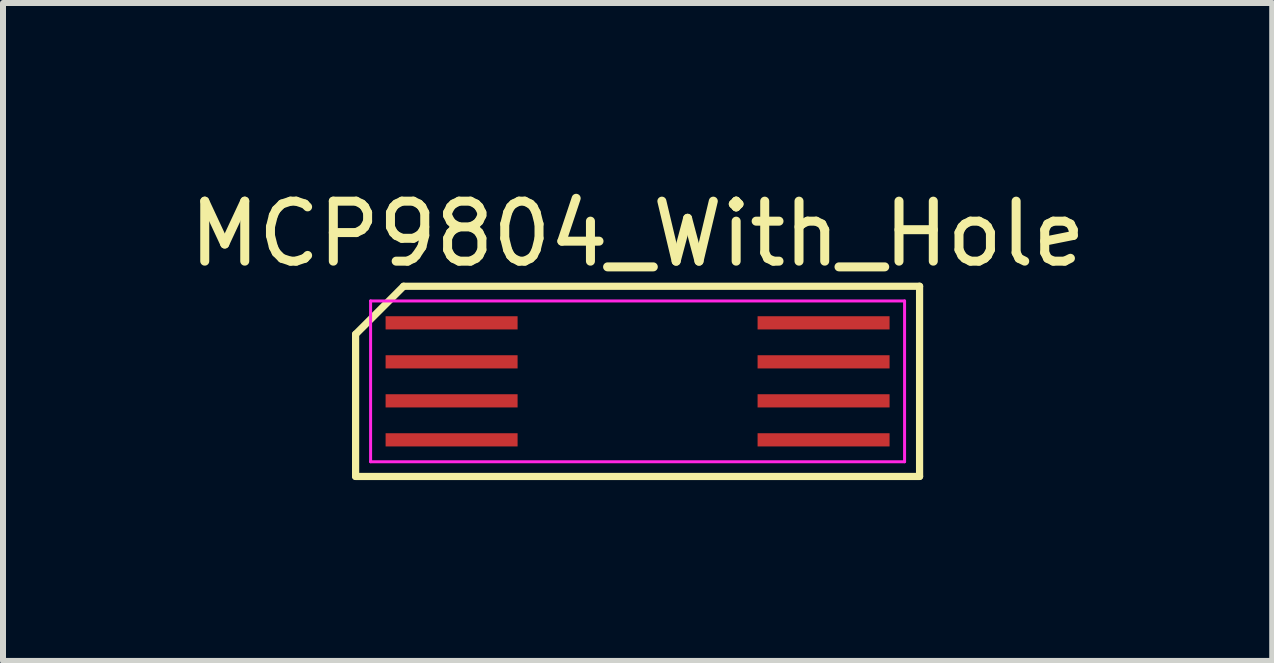
<source format=kicad_pcb>
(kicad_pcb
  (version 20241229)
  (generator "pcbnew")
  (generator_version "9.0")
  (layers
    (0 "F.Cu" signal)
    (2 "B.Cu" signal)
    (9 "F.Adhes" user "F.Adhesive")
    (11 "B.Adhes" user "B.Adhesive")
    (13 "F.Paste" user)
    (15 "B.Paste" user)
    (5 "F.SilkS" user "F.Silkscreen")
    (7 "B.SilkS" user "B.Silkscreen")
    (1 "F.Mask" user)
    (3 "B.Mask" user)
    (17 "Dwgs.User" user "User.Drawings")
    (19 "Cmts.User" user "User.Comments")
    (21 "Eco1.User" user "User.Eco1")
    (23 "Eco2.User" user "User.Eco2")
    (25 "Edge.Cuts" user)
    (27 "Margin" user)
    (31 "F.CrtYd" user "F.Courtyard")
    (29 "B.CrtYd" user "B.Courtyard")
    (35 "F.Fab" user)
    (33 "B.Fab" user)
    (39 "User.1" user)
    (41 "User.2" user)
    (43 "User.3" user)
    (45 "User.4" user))
  (footprint "MCP9804_With_Hole"
    (layer "F.Cu")
    (at 7.577 3.306)
    (property "Reference" "MCP9804_With_Hole" (at 0 -2.458 0) (layer "F.SilkS") (effects (font (size 1 1) (thickness 0.15))))
    (attr smd)
    (fp_line (start -4.7 -0.785) (end -3.9 -1.585) (stroke (width 0.12) (type solid)) (layer "F.SilkS"))
    (fp_line (start -4.7 1.585) (end -4.7 -0.785) (stroke (width 0.12) (type solid)) (layer "F.SilkS"))
    (fp_line (start -3.9 -1.585) (end 4.7 -1.585) (stroke (width 0.12) (type solid)) (layer "F.SilkS"))
    (fp_line (start 4.7 -1.585) (end 4.7 1.585) (stroke (width 0.12) (type solid)) (layer "F.SilkS"))
    (fp_line (start 4.7 1.585) (end -4.7 1.585) (stroke (width 0.12) (type solid)) (layer "F.SilkS"))
    (fp_line (start -2 -1.6) (end -2 1.6) (stroke (width 0.12) (type solid)) (layer "Eco1.User"))
    (fp_line (start -2 -1.6) (end 2 -1.6) (stroke (width 0.12) (type solid)) (layer "Eco1.User"))
    (fp_line (start -2 1.6) (end 2 1.6) (stroke (width 0.12) (type solid)) (layer "Eco1.User"))
    (fp_line (start 2 -1.6) (end 2 1.6) (stroke (width 0.12) (type solid)) (layer "Eco1.User"))
    (fp_line (start -4.45 -1.34) (end 4.45 -1.34) (stroke (width 0.05) (type solid)) (layer "F.CrtYd"))
    (fp_line (start -4.45 1.34) (end -4.45 -1.34) (stroke (width 0.05) (type solid)) (layer "F.CrtYd"))
    (fp_line (start 4.45 -1.34) (end 4.45 1.34) (stroke (width 0.05) (type solid)) (layer "F.CrtYd"))
    (fp_line (start 4.45 1.34) (end -4.45 1.34) (stroke (width 0.05) (type solid)) (layer "F.CrtYd"))
    (pad "1" smd rect (at -3.1 -0.975 270) (size 0.22 2.2) (layers "F.Cu" "F.Mask" "F.Paste"))
    (pad "2" smd rect (at -3.1 -0.325 270) (size 0.22 2.2) (layers "F.Cu" "F.Mask" "F.Paste"))
    (pad "3" smd rect (at -3.1 0.325 270) (size 0.22 2.2) (layers "F.Cu" "F.Mask" "F.Paste"))
    (pad "4" smd rect (at -3.1 0.975 270) (size 0.22 2.2) (layers "F.Cu" "F.Mask" "F.Paste"))
    (pad "5" smd rect (at 3.1 0.975 270) (size 0.22 2.2) (layers "F.Cu" "F.Mask" "F.Paste"))
    (pad "6" smd rect (at 3.1 0.325 270) (size 0.22 2.2) (layers "F.Cu" "F.Mask" "F.Paste"))
    (pad "7" smd rect (at 3.1 -0.325 270) (size 0.22 2.2) (layers "F.Cu" "F.Mask" "F.Paste"))
    (pad "8" smd rect (at 3.1 -0.975 270) (size 0.22 2.2) (layers "F.Cu" "F.Mask" "F.Paste")))
  (gr_rect
    (start -3 -3)
    (end 18.155 7.966)
    (stroke (width 0.1) (type default))
    (fill no)
    (layer "Edge.Cuts")))
</source>
